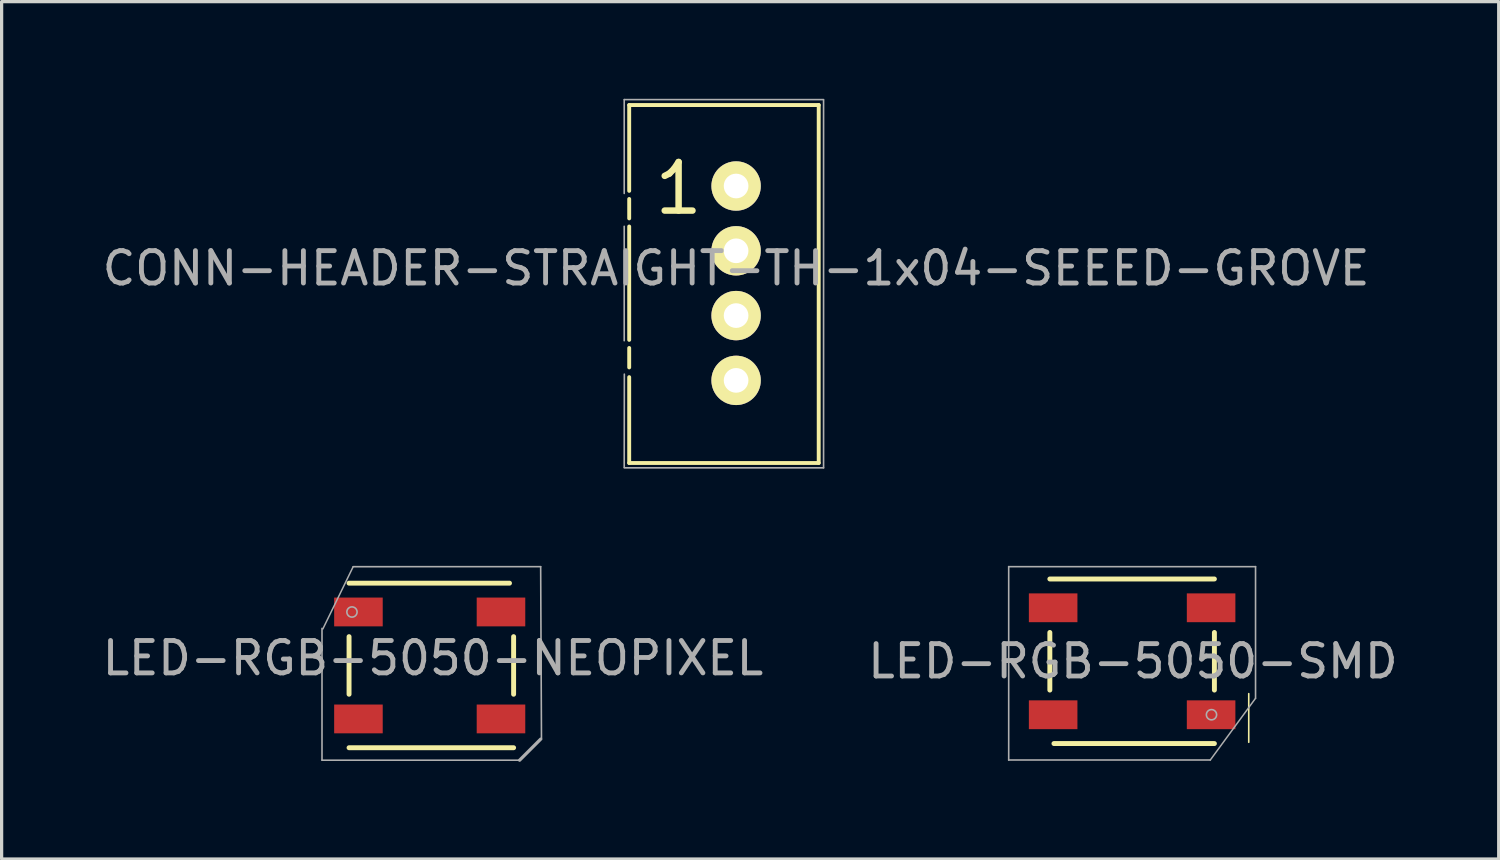
<source format=kicad_pcb>
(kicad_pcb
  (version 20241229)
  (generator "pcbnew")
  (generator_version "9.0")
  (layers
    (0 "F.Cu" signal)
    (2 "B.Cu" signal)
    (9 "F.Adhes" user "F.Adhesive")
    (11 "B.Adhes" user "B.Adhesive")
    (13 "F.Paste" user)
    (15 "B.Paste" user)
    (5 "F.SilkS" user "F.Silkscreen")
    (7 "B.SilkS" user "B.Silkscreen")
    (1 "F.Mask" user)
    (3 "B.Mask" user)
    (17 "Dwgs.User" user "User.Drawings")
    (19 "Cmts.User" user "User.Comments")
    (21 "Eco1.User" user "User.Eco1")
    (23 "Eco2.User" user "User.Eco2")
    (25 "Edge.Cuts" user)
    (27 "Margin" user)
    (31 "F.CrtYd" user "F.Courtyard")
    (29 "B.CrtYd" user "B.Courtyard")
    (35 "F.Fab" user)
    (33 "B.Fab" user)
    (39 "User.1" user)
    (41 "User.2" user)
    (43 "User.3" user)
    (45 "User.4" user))
  (footprint "CONN-HEADER-STRAIGHT-TH-1x04-SEEED-GROVE"
    (layer "F.Cu")
    (at 19.673 2.692)
    (property "Reference" "CONN-HEADER-STRAIGHT-TH-1x04-SEEED-GROVE" (at 0 2.54 0) (layer "F.Fab") (effects (font (size 1 1) (thickness 0.15))))
    (attr through_hole)
    (fp_line (start -3.3 -2.5) (end -3.3 0.15) (stroke (width 0.12) (type solid)) (layer "F.SilkS"))
    (fp_line (start -3.3 -2.5) (end 2.55 -2.5) (stroke (width 0.12) (type solid)) (layer "F.SilkS"))
    (fp_line (start -3.3 0.4) (end -3.3 1) (stroke (width 0.12) (type solid)) (layer "F.SilkS"))
    (fp_line (start -3.3 1.25) (end -3.3 4.75) (stroke (width 0.12) (type solid)) (layer "F.SilkS"))
    (fp_line (start -3.3 5) (end -3.3 5.6) (stroke (width 0.12) (type solid)) (layer "F.SilkS"))
    (fp_line (start -3.3 5.9) (end -3.3 8.55) (stroke (width 0.12) (type solid)) (layer "F.SilkS"))
    (fp_line (start -3.3 8.55) (end 2.55 8.55) (stroke (width 0.12) (type solid)) (layer "F.SilkS"))
    (fp_line (start 2.55 -2.5) (end 2.55 8.55) (stroke (width 0.12) (type solid)) (layer "F.SilkS"))
    (fp_line (start -3.454 -2.667) (end -3.454 0.229) (stroke (width 0.05) (type solid)) (layer "F.Fab"))
    (fp_line (start -3.454 1.245) (end -3.454 4.775) (stroke (width 0.05) (type solid)) (layer "F.Fab"))
    (fp_line (start -3.45 -2.667) (end 2.7 -2.667) (stroke (width 0.05) (type solid)) (layer "F.Fab"))
    (fp_line (start -3.45 5.808) (end -3.454 8.687) (stroke (width 0.05) (type solid)) (layer "F.Fab"))
    (fp_line (start -3.45 8.7) (end 2.7 8.7) (stroke (width 0.05) (type solid)) (layer "F.Fab"))
    (fp_line (start 2.7 8.7) (end 2.7 -2.65) (stroke (width 0.05) (type solid)) (layer "F.Fab"))
    (fp_circle (center 0 -0.025) (end 0.127 0.102) (stroke (width 0.15) (type solid)) (fill no) (layer "F.Fab"))
    (fp_text user "1" (at -1.775 0.075 0) (layer "F.SilkS") (effects (font (size 1.5 1.5) (thickness 0.2))))
    (pad "1" thru_hole circle (at 0 0) (size 1.524 1.524) (drill 0.762) (layers "*.Cu" "*.Mask" "F.SilkS"))
    (pad "2" thru_hole circle (at 0 2) (size 1.524 1.524) (drill 0.762) (layers "*.Cu" "*.Mask" "F.SilkS"))
    (pad "3" thru_hole circle (at 0 4) (size 1.524 1.524) (drill 0.762) (layers "*.Cu" "*.Mask" "F.SilkS"))
    (pad "4" thru_hole circle (at 0 6) (size 1.524 1.524) (drill 0.762) (layers "*.Cu" "*.Mask" "F.SilkS")))
  (footprint "LED-RGB-5050-NEOPIXEL"
    (layer "F.Cu")
    (at 10.215 17.467)
    (property "Reference" "LED-RGB-5050-NEOPIXEL" (at 0.1 -0.2 0) (layer "F.Fab") (effects (font (size 1 1) (thickness 0.15))))
    (attr through_hole)
    (fp_line (start -2.49 -2.515) (end 2.463 -2.515) (stroke (width 0.152) (type solid)) (layer "F.SilkS"))
    (fp_line (start -2.49 0.914) (end -2.49 -0.864) (stroke (width 0.152) (type solid)) (layer "F.SilkS"))
    (fp_line (start 2.59 0.914) (end 2.59 -0.864) (stroke (width 0.152) (type solid)) (layer "F.SilkS"))
    (fp_line (start 2.59 2.565) (end -2.49 2.565) (stroke (width 0.152) (type solid)) (layer "F.SilkS"))
    (fp_line (start -3.325 -1.118) (end -3.325 2.946) (stroke (width 0.05) (type solid)) (layer "F.Fab"))
    (fp_line (start -3.325 2.95) (end 2.775 2.95) (stroke (width 0.05) (type solid)) (layer "F.Fab"))
    (fp_line (start -2.363 -3.023) (end -3.3 -1.1) (stroke (width 0.046) (type solid)) (layer "F.Fab"))
    (fp_line (start 3.425 -3.025) (end -2.363 -3.023) (stroke (width 0.05) (type solid)) (layer "F.Fab"))
    (fp_line (start 3.425 2.3) (end 2.775 2.95) (stroke (width 0.1) (type solid)) (layer "F.Fab"))
    (fp_line (start 3.45 2.3) (end 3.425 -3.023) (stroke (width 0.05) (type solid)) (layer "F.Fab"))
    (fp_circle (center -2.4 -1.625) (end -2.45 -1.775) (stroke (width 0.05) (type solid)) (fill no) (layer "F.Fab"))
    (pad "DIN" smd rect (at 2.2 -1.626 180) (size 1.499 0.889) (layers "F.Cu" "F.Mask" "F.Paste"))
    (pad "DOUT" smd rect (at -2.2 1.676 180) (size 1.499 0.889) (layers "F.Cu" "F.Mask" "F.Paste"))
    (pad "GND" smd rect (at 2.2 1.676 180) (size 1.499 0.889) (layers "F.Cu" "F.Mask" "F.Paste"))
    (pad "VIN" smd rect (at -2.2 -1.626 180) (size 1.499 0.889) (layers "F.Cu" "F.Mask" "F.Paste")))
  (footprint "LED-RGB-5050-SMD"
    (layer "F.Cu")
    (at 31.898 17.363)
    (property "Reference" "LED-RGB-5050-SMD" (at 0.025 0 0) (layer "F.Fab") (effects (font (size 1 1) (thickness 0.15))))
    (attr through_hole)
    (fp_line (start -2.54 -2.54) (end 2.54 -2.54) (stroke (width 0.152) (type solid)) (layer "F.SilkS"))
    (fp_line (start -2.54 -0.889) (end -2.54 0.889) (stroke (width 0.152) (type solid)) (layer "F.SilkS"))
    (fp_line (start 2.54 -0.889) (end 2.54 0.889) (stroke (width 0.152) (type solid)) (layer "F.SilkS"))
    (fp_line (start 2.54 2.54) (end -2.413 2.54) (stroke (width 0.152) (type solid)) (layer "F.SilkS"))
    (fp_line (start 3.6 1) (end 3.6 2.5) (stroke (width 0.05) (type solid)) (layer "F.SilkS"))
    (fp_line (start -3.81 -2.921) (end -3.81 3.048) (stroke (width 0.05) (type solid)) (layer "F.Fab"))
    (fp_line (start -3.81 3.048) (end 2.413 3.048) (stroke (width 0.05) (type solid)) (layer "F.Fab"))
    (fp_line (start 2.413 3.048) (end 3.81 1.143) (stroke (width 0.046) (type solid)) (layer "F.Fab"))
    (fp_line (start 3.81 -2.921) (end -3.81 -2.921) (stroke (width 0.05) (type solid)) (layer "F.Fab"))
    (fp_line (start 3.81 1.143) (end 3.81 -2.921) (stroke (width 0.05) (type solid)) (layer "F.Fab"))
    (fp_circle (center 2.45 1.65) (end 2.5 1.8) (stroke (width 0.05) (type solid)) (fill no) (layer "F.Fab"))
    (pad "1" smd rect (at 2.438 1.651) (size 1.499 0.889) (layers "F.Cu" "F.Mask" "F.Paste"))
    (pad "2" smd rect (at 2.438 -1.651) (size 1.499 0.889) (layers "F.Cu" "F.Mask" "F.Paste"))
    (pad "3" smd rect (at -2.438 -1.651) (size 1.499 0.889) (layers "F.Cu" "F.Mask" "F.Paste"))
    (pad "4" smd rect (at -2.438 1.651) (size 1.499 0.889) (layers "F.Cu" "F.Mask" "F.Paste")))
  (gr_rect
    (start -3 -3)
    (end 43.214 23.467)
    (stroke (width 0.1) (type default))
    (fill no)
    (layer "Edge.Cuts")))
</source>
